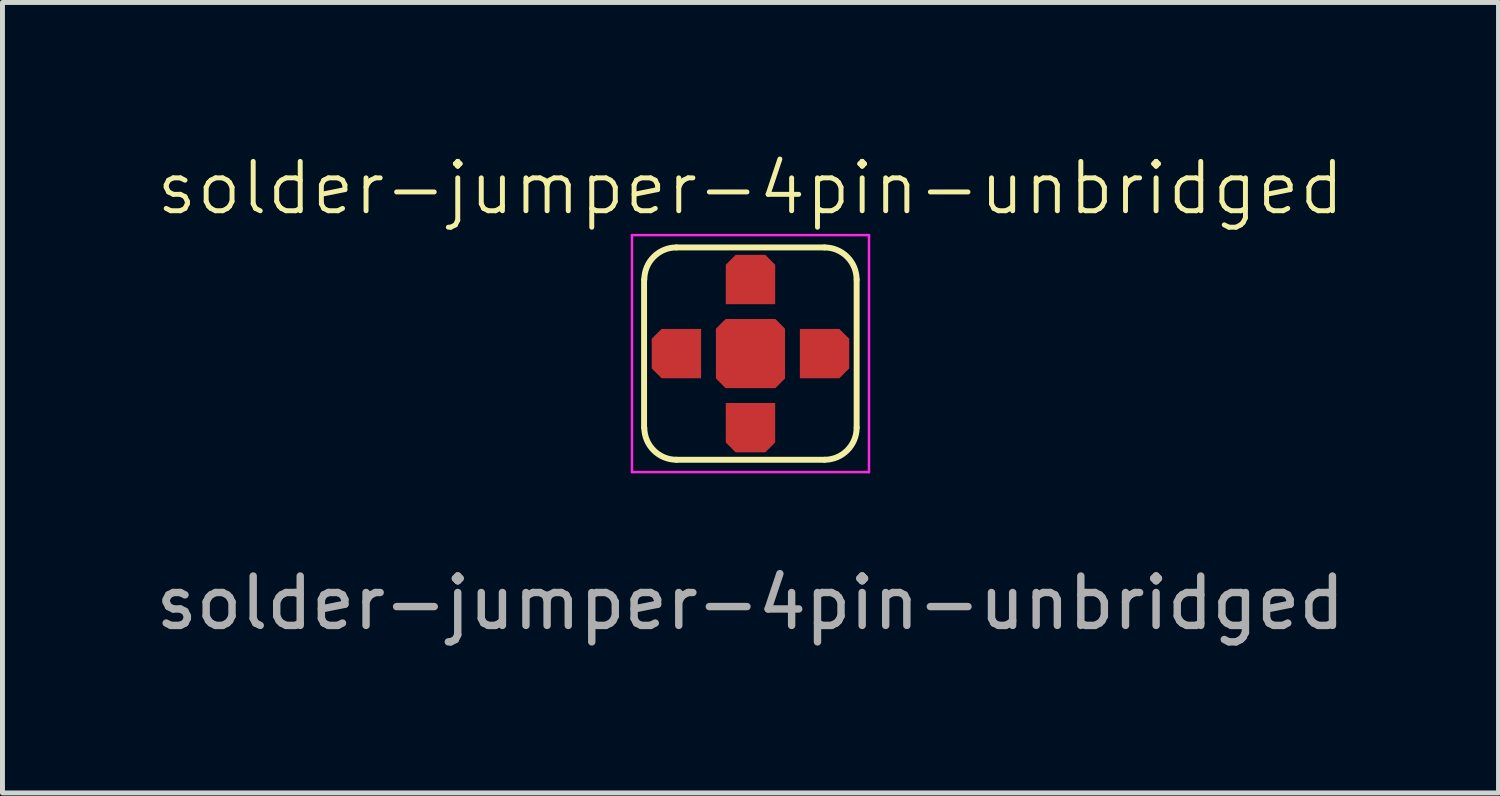
<source format=kicad_pcb>
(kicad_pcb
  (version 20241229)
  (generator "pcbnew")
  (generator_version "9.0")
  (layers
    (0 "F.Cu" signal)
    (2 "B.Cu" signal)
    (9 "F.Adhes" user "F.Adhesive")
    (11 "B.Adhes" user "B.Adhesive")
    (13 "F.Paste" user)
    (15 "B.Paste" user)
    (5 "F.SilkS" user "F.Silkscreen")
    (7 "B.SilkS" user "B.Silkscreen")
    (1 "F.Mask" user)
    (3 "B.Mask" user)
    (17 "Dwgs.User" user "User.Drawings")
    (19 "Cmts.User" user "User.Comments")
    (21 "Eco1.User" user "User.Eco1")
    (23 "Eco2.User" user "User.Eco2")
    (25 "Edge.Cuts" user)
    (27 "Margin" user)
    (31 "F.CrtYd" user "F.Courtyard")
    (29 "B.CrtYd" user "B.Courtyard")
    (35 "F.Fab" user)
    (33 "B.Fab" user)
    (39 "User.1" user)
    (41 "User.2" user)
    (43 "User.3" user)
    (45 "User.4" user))
  (footprint "solder-jumper-4pin-unbridged"
    (layer "F.Cu")
    (at 12.149 4.111)
    (property "Reference" "solder-jumper-4pin-unbridged" (at 0 -3.35 0) (unlocked yes) (layer "F.SilkS") (effects (font (size 1 1) (thickness 0.1))))
    (attr smd)
    (fp_rect (start -1 -1) (end -0.7 1) (stroke (width 0) (type solid)) (fill yes) (layer "F.Mask"))
    (fp_rect (start -0.7 -1) (end 0.7 -0.7) (stroke (width 0) (type solid)) (fill yes) (layer "F.Mask"))
    (fp_rect (start -0.7 0.7) (end 0.7 1) (stroke (width 0) (type default)) (fill yes) (layer "F.Mask"))
    (fp_rect (start 0.7 -1) (end 1 1) (stroke (width 0) (type default)) (fill yes) (layer "F.Mask"))
    (fp_line (start -2.155 1.5) (end -2.155 -1.5) (stroke (width 0.12) (type solid)) (layer "F.SilkS"))
    (fp_line (start -1.5 -2.15) (end 1.5 -2.15) (stroke (width 0.12) (type solid)) (layer "F.SilkS"))
    (fp_line (start 1.5 2.15) (end -1.5 2.15) (stroke (width 0.12) (type solid)) (layer "F.SilkS"))
    (fp_line (start 2.15 -1.5) (end 2.15 1.5) (stroke (width 0.12) (type solid)) (layer "F.SilkS"))
    (fp_arc (start -2.15 -1.5) (mid -1.959619 -1.959619) (end -1.5 -2.15) (stroke (width 0.12) (type solid)) (layer "F.SilkS"))
    (fp_arc (start -1.5 2.15) (mid -1.959619 1.959619) (end -2.15 1.5) (stroke (width 0.12) (type solid)) (layer "F.SilkS"))
    (fp_arc (start 1.5 -2.149422) (mid 1.959211 -1.959211) (end 2.149422 -1.5) (stroke (width 0.12) (type solid)) (layer "F.SilkS"))
    (fp_arc (start 2.15 1.5) (mid 1.959619 1.959619) (end 1.5 2.15) (stroke (width 0.12) (type solid)) (layer "F.SilkS"))
    (fp_line (start -2.4 -2.4) (end -2.4 2.4) (stroke (width 0.05) (type solid)) (layer "F.CrtYd"))
    (fp_line (start -2.4 -2.4) (end 2.4 -2.4) (stroke (width 0.05) (type solid)) (layer "F.CrtYd"))
    (fp_line (start 2.4 2.4) (end -2.4 2.4) (stroke (width 0.05) (type solid)) (layer "F.CrtYd"))
    (fp_line (start 2.4 2.4) (end 2.4 -2.4) (stroke (width 0.05) (type solid)) (layer "F.CrtYd"))
    (fp_text user "${REFERENCE}" (at 0 5.05 0) (unlocked yes) (layer "F.Fab") (effects (font (size 1 1) (thickness 0.15))))
    (pad "1" smd roundrect (at 0 -1.5 90) (size 1 1) (layers "F.Cu" "F.Mask") (roundrect_rratio 0) (chamfer_ratio 0.2) (chamfer top_right bottom_right))
    (pad "2" smd roundrect (at -1.5 0 180) (size 1 1) (layers "F.Cu" "F.Mask") (roundrect_rratio 0) (chamfer_ratio 0.2) (chamfer top_right bottom_right))
    (pad "3" smd roundrect (at 0 1.5 270) (size 1 1) (layers "F.Cu" "F.Mask") (roundrect_rratio 0) (chamfer_ratio 0.2) (chamfer top_right bottom_right))
    (pad "4" smd roundrect (at 1.5 0) (size 1 1) (layers "F.Cu" "F.Mask") (roundrect_rratio 0) (chamfer_ratio 0.2) (chamfer top_right bottom_right))
    (pad "5" smd roundrect (at 0 0) (size 1.4 1.4) (layers "F.Cu" "F.Mask") (roundrect_rratio 0) (chamfer_ratio 0.14) (chamfer top_left top_right bottom_left bottom_right)))
  (gr_rect
    (start -3 -3)
    (end 27.298 13.009)
    (stroke (width 0.1) (type default))
    (fill no)
    (layer "Edge.Cuts")))
</source>
